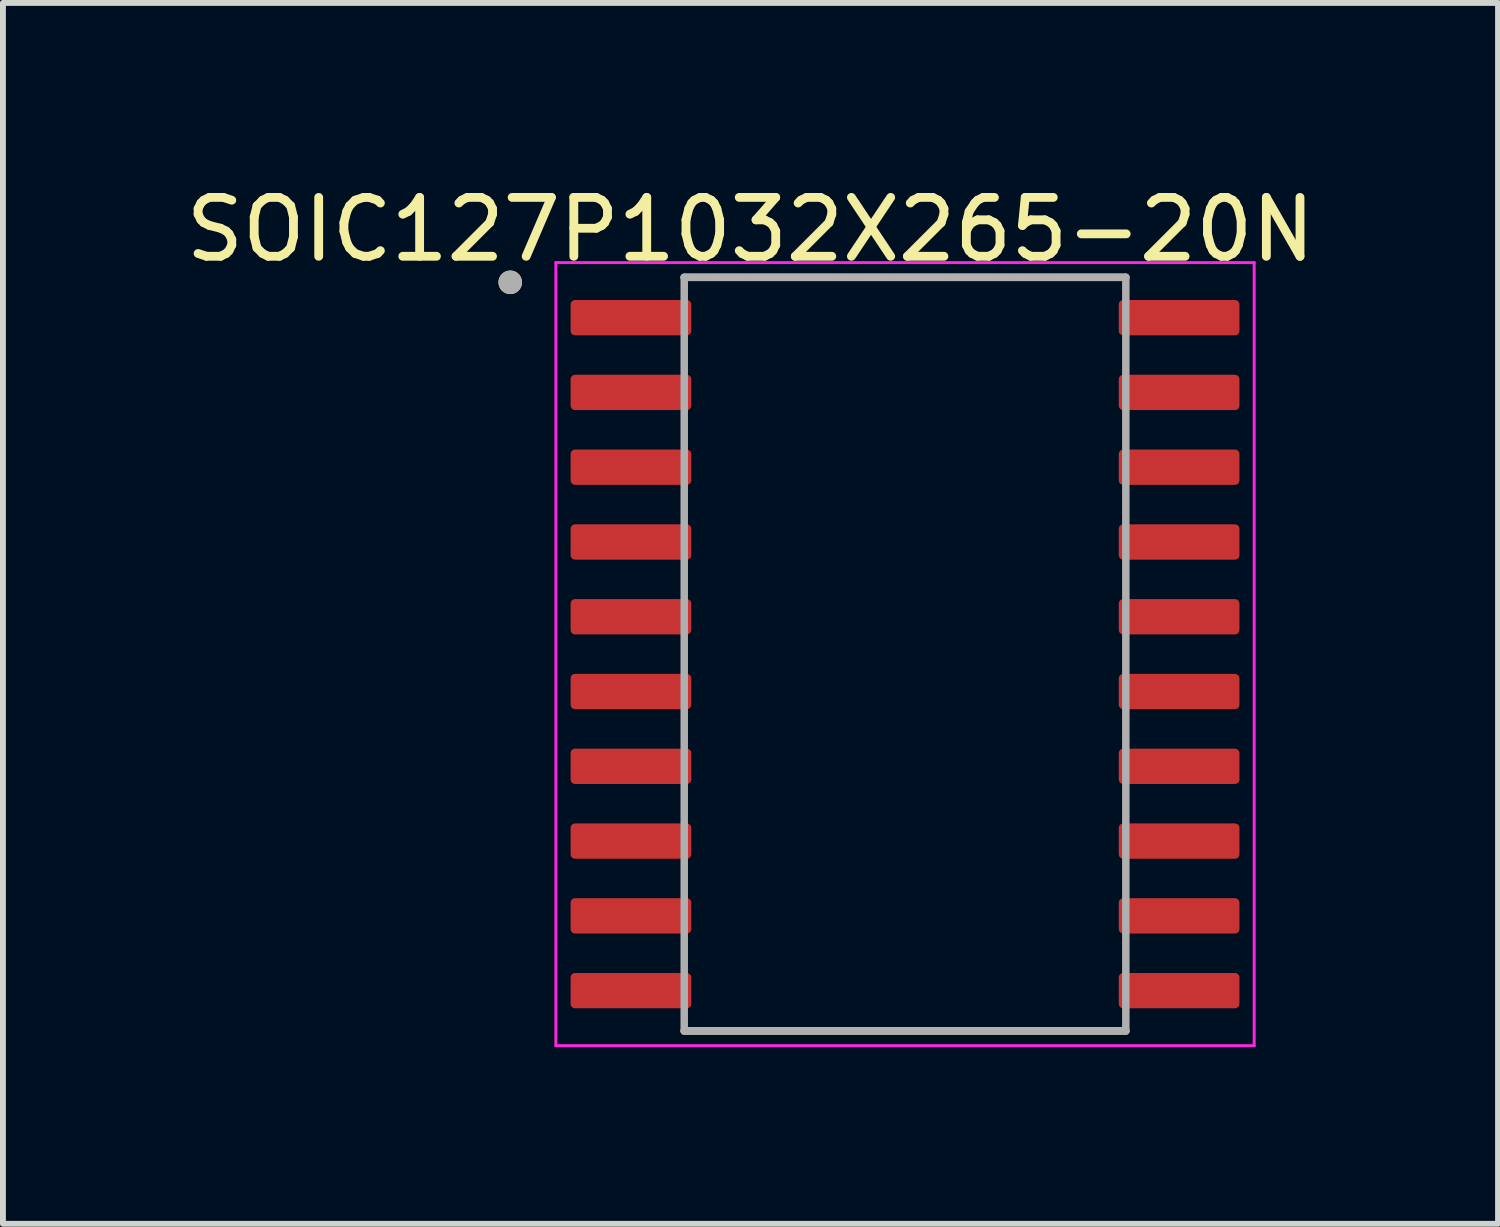
<source format=kicad_pcb>
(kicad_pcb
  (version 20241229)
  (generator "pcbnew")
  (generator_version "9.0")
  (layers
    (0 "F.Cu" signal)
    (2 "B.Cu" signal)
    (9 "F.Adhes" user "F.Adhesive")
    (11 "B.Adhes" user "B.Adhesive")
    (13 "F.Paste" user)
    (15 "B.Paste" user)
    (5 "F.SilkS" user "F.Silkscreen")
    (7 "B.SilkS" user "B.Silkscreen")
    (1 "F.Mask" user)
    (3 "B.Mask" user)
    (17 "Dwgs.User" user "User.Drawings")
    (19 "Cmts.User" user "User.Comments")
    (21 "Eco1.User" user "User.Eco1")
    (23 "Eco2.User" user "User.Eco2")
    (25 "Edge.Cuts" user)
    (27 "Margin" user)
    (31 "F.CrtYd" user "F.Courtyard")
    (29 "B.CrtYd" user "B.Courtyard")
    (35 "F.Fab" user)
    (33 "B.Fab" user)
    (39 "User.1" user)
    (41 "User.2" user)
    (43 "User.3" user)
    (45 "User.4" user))
  (footprint "SOIC127P1032X265-20N"
    (layer "F.Cu")
    (at 12.321 8.06)
    (property "Reference" "SOIC127P1032X265-20N" (at -2.625 -7.212 0) (layer "F.SilkS") (effects (font (size 1 1) (thickness 0.15))))
    (attr smd)
    (fp_line (start -3.75 -6.4) (end 3.75 -6.4) (stroke (width 0.127) (type solid)) (layer "F.SilkS"))
    (fp_line (start -3.75 6.4) (end 3.75 6.4) (stroke (width 0.127) (type solid)) (layer "F.SilkS"))
    (fp_circle (center -6.705 -6.315) (end -6.605 -6.315) (stroke (width 0.2) (type solid)) (fill no) (layer "F.SilkS"))
    (fp_line (start -5.93 -6.65) (end -5.93 6.65) (stroke (width 0.05) (type solid)) (layer "F.CrtYd"))
    (fp_line (start -5.93 -6.65) (end 5.93 -6.65) (stroke (width 0.05) (type solid)) (layer "F.CrtYd"))
    (fp_line (start -5.93 6.65) (end 5.93 6.65) (stroke (width 0.05) (type solid)) (layer "F.CrtYd"))
    (fp_line (start 5.93 -6.65) (end 5.93 6.65) (stroke (width 0.05) (type solid)) (layer "F.CrtYd"))
    (fp_line (start -3.75 -6.4) (end -3.75 6.4) (stroke (width 0.127) (type solid)) (layer "F.Fab"))
    (fp_line (start -3.75 -6.4) (end 3.75 -6.4) (stroke (width 0.127) (type solid)) (layer "F.Fab"))
    (fp_line (start -3.75 6.4) (end 3.75 6.4) (stroke (width 0.127) (type solid)) (layer "F.Fab"))
    (fp_line (start 3.75 -6.4) (end 3.75 6.4) (stroke (width 0.127) (type solid)) (layer "F.Fab"))
    (fp_circle (center -6.705 -6.315) (end -6.605 -6.315) (stroke (width 0.2) (type solid)) (fill no) (layer "F.Fab"))
    (pad "1" smd roundrect (at -4.655 -5.715) (size 2.05 0.6) (layers "F.Cu" "F.Mask" "F.Paste") (roundrect_rratio 0.125))
    (pad "2" smd roundrect (at -4.655 -4.445) (size 2.05 0.6) (layers "F.Cu" "F.Mask" "F.Paste") (roundrect_rratio 0.125))
    (pad "3" smd roundrect (at -4.655 -3.175) (size 2.05 0.6) (layers "F.Cu" "F.Mask" "F.Paste") (roundrect_rratio 0.125))
    (pad "4" smd roundrect (at -4.655 -1.905) (size 2.05 0.6) (layers "F.Cu" "F.Mask" "F.Paste") (roundrect_rratio 0.125))
    (pad "5" smd roundrect (at -4.655 -0.635) (size 2.05 0.6) (layers "F.Cu" "F.Mask" "F.Paste") (roundrect_rratio 0.125))
    (pad "6" smd roundrect (at -4.655 0.635) (size 2.05 0.6) (layers "F.Cu" "F.Mask" "F.Paste") (roundrect_rratio 0.125))
    (pad "7" smd roundrect (at -4.655 1.905) (size 2.05 0.6) (layers "F.Cu" "F.Mask" "F.Paste") (roundrect_rratio 0.125))
    (pad "8" smd roundrect (at -4.655 3.175) (size 2.05 0.6) (layers "F.Cu" "F.Mask" "F.Paste") (roundrect_rratio 0.125))
    (pad "9" smd roundrect (at -4.655 4.445) (size 2.05 0.6) (layers "F.Cu" "F.Mask" "F.Paste") (roundrect_rratio 0.125))
    (pad "10" smd roundrect (at -4.655 5.715) (size 2.05 0.6) (layers "F.Cu" "F.Mask" "F.Paste") (roundrect_rratio 0.125))
    (pad "11" smd roundrect (at 4.655 5.715) (size 2.05 0.6) (layers "F.Cu" "F.Mask" "F.Paste") (roundrect_rratio 0.125))
    (pad "12" smd roundrect (at 4.655 4.445) (size 2.05 0.6) (layers "F.Cu" "F.Mask" "F.Paste") (roundrect_rratio 0.125))
    (pad "13" smd roundrect (at 4.655 3.175) (size 2.05 0.6) (layers "F.Cu" "F.Mask" "F.Paste") (roundrect_rratio 0.125))
    (pad "14" smd roundrect (at 4.655 1.905) (size 2.05 0.6) (layers "F.Cu" "F.Mask" "F.Paste") (roundrect_rratio 0.125))
    (pad "15" smd roundrect (at 4.655 0.635) (size 2.05 0.6) (layers "F.Cu" "F.Mask" "F.Paste") (roundrect_rratio 0.125))
    (pad "16" smd roundrect (at 4.655 -0.635) (size 2.05 0.6) (layers "F.Cu" "F.Mask" "F.Paste") (roundrect_rratio 0.125))
    (pad "17" smd roundrect (at 4.655 -1.905) (size 2.05 0.6) (layers "F.Cu" "F.Mask" "F.Paste") (roundrect_rratio 0.125))
    (pad "18" smd roundrect (at 4.655 -3.175) (size 2.05 0.6) (layers "F.Cu" "F.Mask" "F.Paste") (roundrect_rratio 0.125))
    (pad "19" smd roundrect (at 4.655 -4.445) (size 2.05 0.6) (layers "F.Cu" "F.Mask" "F.Paste") (roundrect_rratio 0.125))
    (pad "20" smd roundrect (at 4.655 -5.715) (size 2.05 0.6) (layers "F.Cu" "F.Mask" "F.Paste") (roundrect_rratio 0.125)))
  (gr_rect
    (start -3 -3)
    (end 22.393 17.735)
    (stroke (width 0.1) (type default))
    (fill no)
    (layer "Edge.Cuts")))
</source>
